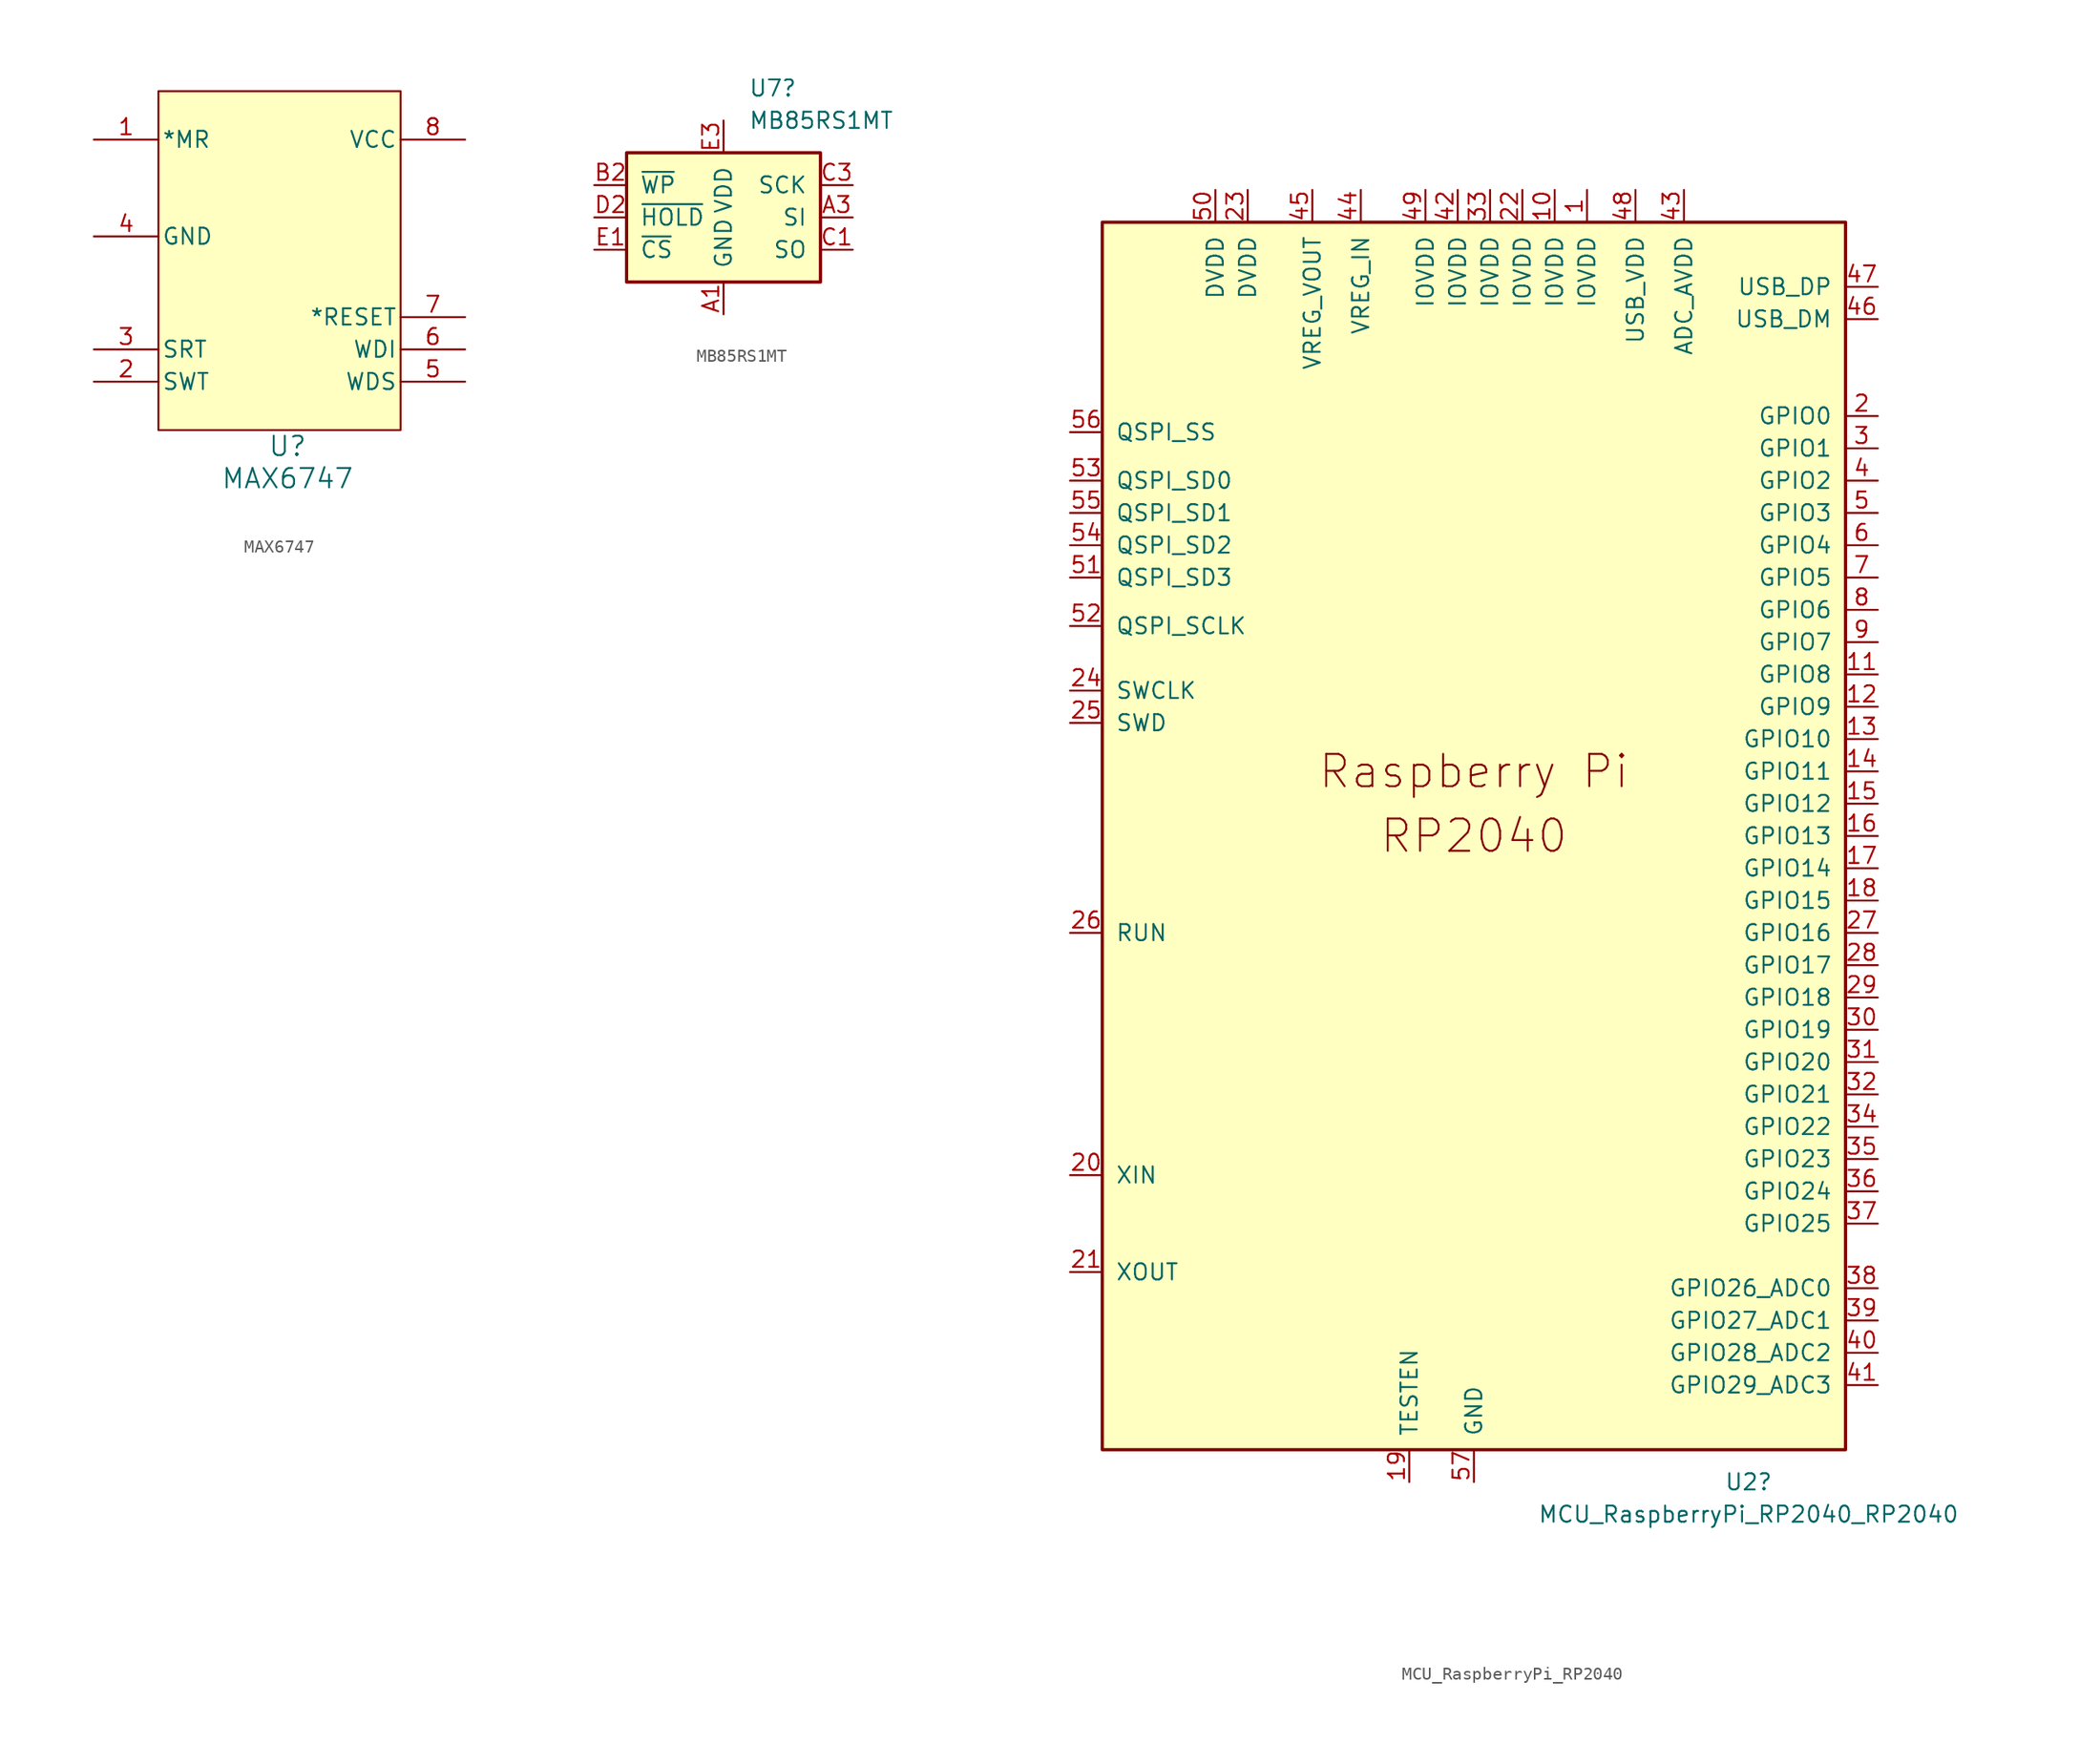
<source format=kicad_sym>
(kicad_symbol_lib
  (version 20231120)
  (generator "kicad_symbol_editor")
  (generator_version "8.0")
  (symbol "MAX6747"
    (pin_names
      (offset 0.254))
    (property "Reference" "U"
      (at 17.78 -22.86 0)
      (effects (font (size 1.524 1.524))))
    (property "Value" "MAX6747"
      (at 17.78 -25.4 0)
      (effects (font (size 1.524 1.524))))
    (property "ki_locked" ""
      (at 0 0 0)
      (effects (font (size 1.27 1.27))))
    (symbol "MAX6747_1_1"
      (rectangle (start 7.62 5.08) (end 26.67 -21.59) (stroke (width 0) (type default)) (fill (type background)))
      (pin input line (at 2.54 1.27 0) (length 5.08) (name "*MR" (effects (font (size 1.27 1.27)))) (number "1" (effects (font (size 1.27 1.27)))))
      (pin input line (at 2.54 -17.78 0) (length 5.08) (name "SWT" (effects (font (size 1.27 1.27)))) (number "2" (effects (font (size 1.27 1.27)))))
      (pin input line (at 2.54 -15.24 0) (length 5.08) (name "SRT" (effects (font (size 1.27 1.27)))) (number "3" (effects (font (size 1.27 1.27)))))
      (pin power_in line (at 2.54 -6.35 0) (length 5.08) (name "GND" (effects (font (size 1.27 1.27)))) (number "4" (effects (font (size 1.27 1.27)))))
      (pin unspecified line (at 31.75 -17.78 180) (length 5.08) (name "WDS" (effects (font (size 1.27 1.27)))) (number "5" (effects (font (size 1.27 1.27)))))
      (pin input line (at 31.75 -15.24 180) (length 5.08) (name "WDI" (effects (font (size 1.27 1.27)))) (number "6" (effects (font (size 1.27 1.27)))))
      (pin output line (at 31.75 -12.7 180) (length 5.08) (name "*RESET" (effects (font (size 1.27 1.27)))) (number "7" (effects (font (size 1.27 1.27)))))
      (pin power_in line (at 31.75 1.27 180) (length 5.08) (name "VCC" (effects (font (size 1.27 1.27)))) (number "8" (effects (font (size 1.27 1.27)))))))
  (symbol "MB85RS1MT"
    (pin_names
      (offset 1.016))
    (property "Reference" "U7"
      (at 1.956 10.16 0)
      (effects (font (size 1.27 1.27)) (justify left)))
    (property "Value" "MB85RS1MT"
      (at 1.956 7.62 0)
      (effects (font (size 1.27 1.27)) (justify left)))
    (symbol "MB85RS1MT_0_1"
      (rectangle (start -7.62 5.08) (end 7.62 -5.08) (stroke (width 0.254) (type default)) (fill (type background))))
    (symbol "MB85RS1MT_1_1"
      (pin power_in line (at 0 -7.62 90) (length 2.54) (name "GND" (effects (font (size 1.27 1.27)))) (number "A1" (effects (font (size 1.27 1.27)))))
      (pin input line (at 10.16 0 180) (length 2.54) (name "SI" (effects (font (size 1.27 1.27)))) (number "A3" (effects (font (size 1.27 1.27)))))
      (pin input line (at -10.16 2.54 0) (length 2.54) (name "~{WP}" (effects (font (size 1.27 1.27)))) (number "B2" (effects (font (size 1.27 1.27)))))
      (pin output line (at 10.16 -2.54 180) (length 2.54) (name "SO" (effects (font (size 1.27 1.27)))) (number "C1" (effects (font (size 1.27 1.27)))))
      (pin input line (at 10.16 2.54 180) (length 2.54) (name "SCK" (effects (font (size 1.27 1.27)))) (number "C3" (effects (font (size 1.27 1.27)))))
      (pin input line (at -10.16 0 0) (length 2.54) (name "~{HOLD}" (effects (font (size 1.27 1.27)))) (number "D2" (effects (font (size 1.27 1.27)))))
      (pin input line (at -10.16 -2.54 0) (length 2.54) (name "~{CS}" (effects (font (size 1.27 1.27)))) (number "E1" (effects (font (size 1.27 1.27)))))
      (pin power_in line (at 0 7.62 270) (length 2.54) (name "VDD" (effects (font (size 1.27 1.27)))) (number "E3" (effects (font (size 1.27 1.27)))))))
  (symbol "MCU_RaspberryPi_RP2040"
    (pin_names
      (offset 1.016))
    (property "Reference" "U2"
      (at 21.59 -50.8 0)
      (effects (font (size 1.27 1.27))))
    (property "Value" "MCU_RaspberryPi_RP2040_RP2040"
      (at 21.59 -53.34 0)
      (effects (font (size 1.27 1.27))))
    (symbol "MCU_RaspberryPi_RP2040_0_0"
      (text "Raspberry Pi" (at 0 5.08 0) (effects (font (size 2.54 2.54))))
      (text "RP2040" (at 0 0 0) (effects (font (size 2.54 2.54)))))
    (symbol "MCU_RaspberryPi_RP2040_0_1"
      (rectangle (start -29.21 48.26) (end 29.21 -48.26) (stroke (width 0.254) (type solid)) (fill (type background))))
    (symbol "MCU_RaspberryPi_RP2040_1_1"
      (pin power_in line (at 8.89 50.8 270) (length 2.54) (name "IOVDD" (effects (font (size 1.27 1.27)))) (number "1" (effects (font (size 1.27 1.27)))))
      (pin power_in line (at 6.35 50.8 270) (length 2.54) (name "IOVDD" (effects (font (size 1.27 1.27)))) (number "10" (effects (font (size 1.27 1.27)))))
      (pin bidirectional line (at 31.75 12.7 180) (length 2.54) (name "GPIO8" (effects (font (size 1.27 1.27)))) (number "11" (effects (font (size 1.27 1.27)))))
      (pin bidirectional line (at 31.75 10.16 180) (length 2.54) (name "GPIO9" (effects (font (size 1.27 1.27)))) (number "12" (effects (font (size 1.27 1.27)))))
      (pin bidirectional line (at 31.75 7.62 180) (length 2.54) (name "GPIO10" (effects (font (size 1.27 1.27)))) (number "13" (effects (font (size 1.27 1.27)))))
      (pin bidirectional line (at 31.75 5.08 180) (length 2.54) (name "GPIO11" (effects (font (size 1.27 1.27)))) (number "14" (effects (font (size 1.27 1.27)))))
      (pin bidirectional line (at 31.75 2.54 180) (length 2.54) (name "GPIO12" (effects (font (size 1.27 1.27)))) (number "15" (effects (font (size 1.27 1.27)))))
      (pin bidirectional line (at 31.75 0 180) (length 2.54) (name "GPIO13" (effects (font (size 1.27 1.27)))) (number "16" (effects (font (size 1.27 1.27)))))
      (pin bidirectional line (at 31.75 -2.54 180) (length 2.54) (name "GPIO14" (effects (font (size 1.27 1.27)))) (number "17" (effects (font (size 1.27 1.27)))))
      (pin bidirectional line (at 31.75 -5.08 180) (length 2.54) (name "GPIO15" (effects (font (size 1.27 1.27)))) (number "18" (effects (font (size 1.27 1.27)))))
      (pin passive line (at -5.08 -50.8 90) (length 2.54) (name "TESTEN" (effects (font (size 1.27 1.27)))) (number "19" (effects (font (size 1.27 1.27)))))
      (pin bidirectional line (at 31.75 33.02 180) (length 2.54) (name "GPIO0" (effects (font (size 1.27 1.27)))) (number "2" (effects (font (size 1.27 1.27)))))
      (pin input line (at -31.75 -26.67 0) (length 2.54) (name "XIN" (effects (font (size 1.27 1.27)))) (number "20" (effects (font (size 1.27 1.27)))))
      (pin passive line (at -31.75 -34.29 0) (length 2.54) (name "XOUT" (effects (font (size 1.27 1.27)))) (number "21" (effects (font (size 1.27 1.27)))))
      (pin power_in line (at 3.81 50.8 270) (length 2.54) (name "IOVDD" (effects (font (size 1.27 1.27)))) (number "22" (effects (font (size 1.27 1.27)))))
      (pin power_in line (at -17.78 50.8 270) (length 2.54) (name "DVDD" (effects (font (size 1.27 1.27)))) (number "23" (effects (font (size 1.27 1.27)))))
      (pin output line (at -31.75 11.43 0) (length 2.54) (name "SWCLK" (effects (font (size 1.27 1.27)))) (number "24" (effects (font (size 1.27 1.27)))))
      (pin bidirectional line (at -31.75 8.89 0) (length 2.54) (name "SWD" (effects (font (size 1.27 1.27)))) (number "25" (effects (font (size 1.27 1.27)))))
      (pin input line (at -31.75 -7.62 0) (length 2.54) (name "RUN" (effects (font (size 1.27 1.27)))) (number "26" (effects (font (size 1.27 1.27)))))
      (pin bidirectional line (at 31.75 -7.62 180) (length 2.54) (name "GPIO16" (effects (font (size 1.27 1.27)))) (number "27" (effects (font (size 1.27 1.27)))))
      (pin bidirectional line (at 31.75 -10.16 180) (length 2.54) (name "GPIO17" (effects (font (size 1.27 1.27)))) (number "28" (effects (font (size 1.27 1.27)))))
      (pin bidirectional line (at 31.75 -12.7 180) (length 2.54) (name "GPIO18" (effects (font (size 1.27 1.27)))) (number "29" (effects (font (size 1.27 1.27)))))
      (pin bidirectional line (at 31.75 30.48 180) (length 2.54) (name "GPIO1" (effects (font (size 1.27 1.27)))) (number "3" (effects (font (size 1.27 1.27)))))
      (pin bidirectional line (at 31.75 -15.24 180) (length 2.54) (name "GPIO19" (effects (font (size 1.27 1.27)))) (number "30" (effects (font (size 1.27 1.27)))))
      (pin bidirectional line (at 31.75 -17.78 180) (length 2.54) (name "GPIO20" (effects (font (size 1.27 1.27)))) (number "31" (effects (font (size 1.27 1.27)))))
      (pin bidirectional line (at 31.75 -20.32 180) (length 2.54) (name "GPIO21" (effects (font (size 1.27 1.27)))) (number "32" (effects (font (size 1.27 1.27)))))
      (pin power_in line (at 1.27 50.8 270) (length 2.54) (name "IOVDD" (effects (font (size 1.27 1.27)))) (number "33" (effects (font (size 1.27 1.27)))))
      (pin bidirectional line (at 31.75 -22.86 180) (length 2.54) (name "GPIO22" (effects (font (size 1.27 1.27)))) (number "34" (effects (font (size 1.27 1.27)))))
      (pin bidirectional line (at 31.75 -25.4 180) (length 2.54) (name "GPIO23" (effects (font (size 1.27 1.27)))) (number "35" (effects (font (size 1.27 1.27)))))
      (pin bidirectional line (at 31.75 -27.94 180) (length 2.54) (name "GPIO24" (effects (font (size 1.27 1.27)))) (number "36" (effects (font (size 1.27 1.27)))))
      (pin bidirectional line (at 31.75 -30.48 180) (length 2.54) (name "GPIO25" (effects (font (size 1.27 1.27)))) (number "37" (effects (font (size 1.27 1.27)))))
      (pin bidirectional line (at 31.75 -35.56 180) (length 2.54) (name "GPIO26_ADC0" (effects (font (size 1.27 1.27)))) (number "38" (effects (font (size 1.27 1.27)))))
      (pin bidirectional line (at 31.75 -38.1 180) (length 2.54) (name "GPIO27_ADC1" (effects (font (size 1.27 1.27)))) (number "39" (effects (font (size 1.27 1.27)))))
      (pin bidirectional line (at 31.75 27.94 180) (length 2.54) (name "GPIO2" (effects (font (size 1.27 1.27)))) (number "4" (effects (font (size 1.27 1.27)))))
      (pin bidirectional line (at 31.75 -40.64 180) (length 2.54) (name "GPIO28_ADC2" (effects (font (size 1.27 1.27)))) (number "40" (effects (font (size 1.27 1.27)))))
      (pin bidirectional line (at 31.75 -43.18 180) (length 2.54) (name "GPIO29_ADC3" (effects (font (size 1.27 1.27)))) (number "41" (effects (font (size 1.27 1.27)))))
      (pin power_in line (at -1.27 50.8 270) (length 2.54) (name "IOVDD" (effects (font (size 1.27 1.27)))) (number "42" (effects (font (size 1.27 1.27)))))
      (pin power_in line (at 16.51 50.8 270) (length 2.54) (name "ADC_AVDD" (effects (font (size 1.27 1.27)))) (number "43" (effects (font (size 1.27 1.27)))))
      (pin power_in line (at -8.89 50.8 270) (length 2.54) (name "VREG_IN" (effects (font (size 1.27 1.27)))) (number "44" (effects (font (size 1.27 1.27)))))
      (pin power_out line (at -12.7 50.8 270) (length 2.54) (name "VREG_VOUT" (effects (font (size 1.27 1.27)))) (number "45" (effects (font (size 1.27 1.27)))))
      (pin bidirectional line (at 31.75 40.64 180) (length 2.54) (name "USB_DM" (effects (font (size 1.27 1.27)))) (number "46" (effects (font (size 1.27 1.27)))))
      (pin bidirectional line (at 31.75 43.18 180) (length 2.54) (name "USB_DP" (effects (font (size 1.27 1.27)))) (number "47" (effects (font (size 1.27 1.27)))))
      (pin power_in line (at 12.7 50.8 270) (length 2.54) (name "USB_VDD" (effects (font (size 1.27 1.27)))) (number "48" (effects (font (size 1.27 1.27)))))
      (pin power_in line (at -3.81 50.8 270) (length 2.54) (name "IOVDD" (effects (font (size 1.27 1.27)))) (number "49" (effects (font (size 1.27 1.27)))))
      (pin bidirectional line (at 31.75 25.4 180) (length 2.54) (name "GPIO3" (effects (font (size 1.27 1.27)))) (number "5" (effects (font (size 1.27 1.27)))))
      (pin power_in line (at -20.32 50.8 270) (length 2.54) (name "DVDD" (effects (font (size 1.27 1.27)))) (number "50" (effects (font (size 1.27 1.27)))))
      (pin bidirectional line (at -31.75 20.32 0) (length 2.54) (name "QSPI_SD3" (effects (font (size 1.27 1.27)))) (number "51" (effects (font (size 1.27 1.27)))))
      (pin output line (at -31.75 16.51 0) (length 2.54) (name "QSPI_SCLK" (effects (font (size 1.27 1.27)))) (number "52" (effects (font (size 1.27 1.27)))))
      (pin bidirectional line (at -31.75 27.94 0) (length 2.54) (name "QSPI_SD0" (effects (font (size 1.27 1.27)))) (number "53" (effects (font (size 1.27 1.27)))))
      (pin bidirectional line (at -31.75 22.86 0) (length 2.54) (name "QSPI_SD2" (effects (font (size 1.27 1.27)))) (number "54" (effects (font (size 1.27 1.27)))))
      (pin bidirectional line (at -31.75 25.4 0) (length 2.54) (name "QSPI_SD1" (effects (font (size 1.27 1.27)))) (number "55" (effects (font (size 1.27 1.27)))))
      (pin bidirectional line (at -31.75 31.75 0) (length 2.54) (name "QSPI_SS" (effects (font (size 1.27 1.27)))) (number "56" (effects (font (size 1.27 1.27)))))
      (pin power_in line (at 0 -50.8 90) (length 2.54) (name "GND" (effects (font (size 1.27 1.27)))) (number "57" (effects (font (size 1.27 1.27)))))
      (pin bidirectional line (at 31.75 22.86 180) (length 2.54) (name "GPIO4" (effects (font (size 1.27 1.27)))) (number "6" (effects (font (size 1.27 1.27)))))
      (pin bidirectional line (at 31.75 20.32 180) (length 2.54) (name "GPIO5" (effects (font (size 1.27 1.27)))) (number "7" (effects (font (size 1.27 1.27)))))
      (pin bidirectional line (at 31.75 17.78 180) (length 2.54) (name "GPIO6" (effects (font (size 1.27 1.27)))) (number "8" (effects (font (size 1.27 1.27)))))
      (pin bidirectional line (at 31.75 15.24 180) (length 2.54) (name "GPIO7" (effects (font (size 1.27 1.27)))) (number "9" (effects (font (size 1.27 1.27))))))))
</source>
